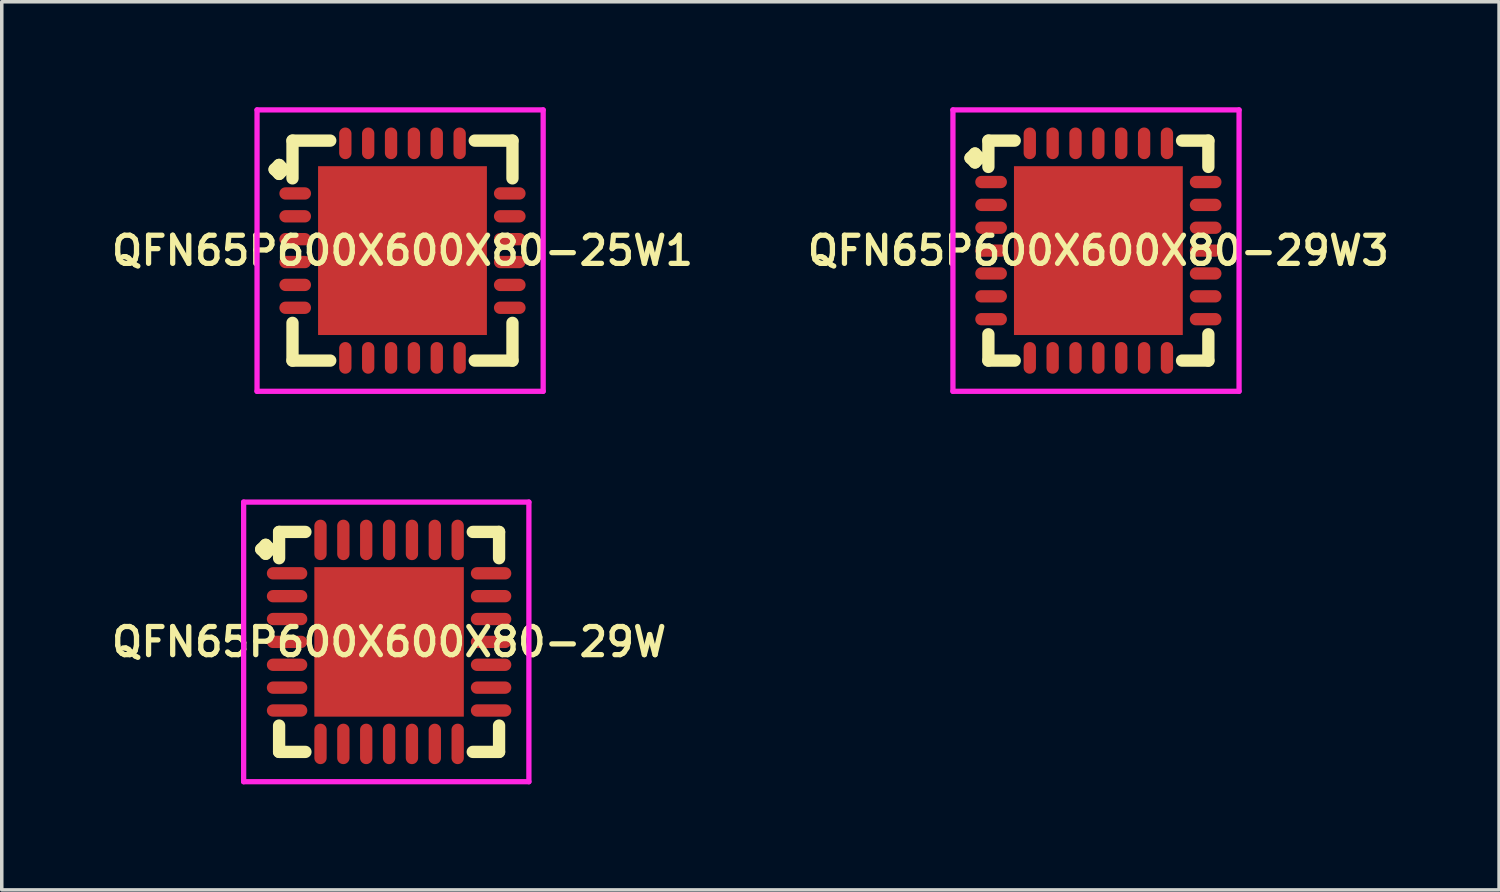
<source format=kicad_pcb>
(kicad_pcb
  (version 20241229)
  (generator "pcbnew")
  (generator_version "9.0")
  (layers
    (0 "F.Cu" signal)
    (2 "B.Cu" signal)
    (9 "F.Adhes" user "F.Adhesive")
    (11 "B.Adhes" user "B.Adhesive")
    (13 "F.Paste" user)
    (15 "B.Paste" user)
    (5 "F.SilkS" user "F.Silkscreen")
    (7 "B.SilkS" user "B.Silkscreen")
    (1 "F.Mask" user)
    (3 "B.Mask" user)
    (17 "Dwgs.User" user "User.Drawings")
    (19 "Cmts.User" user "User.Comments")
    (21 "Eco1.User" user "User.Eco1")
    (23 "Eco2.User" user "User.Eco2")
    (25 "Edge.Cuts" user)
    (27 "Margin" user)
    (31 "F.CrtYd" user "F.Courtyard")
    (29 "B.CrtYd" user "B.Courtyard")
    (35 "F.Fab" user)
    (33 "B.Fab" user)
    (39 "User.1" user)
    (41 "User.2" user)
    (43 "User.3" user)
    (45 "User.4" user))
  (footprint "QFN65P600X600X80-25W1"
    (layer "F.Cu")
    (at 8.393 4.075)
    (property "Reference" "QFN65P600X600X80-25W1" (at 0 0 0) (layer "F.SilkS") (effects (font (size 0.8 0.8) (thickness 0.15))))
    (attr smd)
    (fp_line (start -3.635 -2.308) (end -3.508 -2.435) (stroke (width 0.35) (type solid)) (layer "F.SilkS"))
    (fp_line (start -3.508 -2.435) (end -3.381 -2.308) (stroke (width 0.35) (type solid)) (layer "F.SilkS"))
    (fp_line (start -3.508 -2.181) (end -3.635 -2.308) (stroke (width 0.35) (type solid)) (layer "F.SilkS"))
    (fp_line (start -3.381 -2.308) (end -3.508 -2.181) (stroke (width 0.35) (type solid)) (layer "F.SilkS"))
    (fp_line (start -3.127 -3.127) (end -2.054 -3.127) (stroke (width 0.35) (type solid)) (layer "F.SilkS"))
    (fp_line (start -3.127 -2.054) (end -3.127 -3.127) (stroke (width 0.35) (type solid)) (layer "F.SilkS"))
    (fp_line (start -3.127 2.054) (end -3.127 3.127) (stroke (width 0.35) (type solid)) (layer "F.SilkS"))
    (fp_line (start -3.127 3.127) (end -2.054 3.127) (stroke (width 0.35) (type solid)) (layer "F.SilkS"))
    (fp_line (start 2.054 -3.127) (end 3.127 -3.127) (stroke (width 0.35) (type solid)) (layer "F.SilkS"))
    (fp_line (start 2.054 3.127) (end 3.127 3.127) (stroke (width 0.35) (type solid)) (layer "F.SilkS"))
    (fp_line (start 3.127 -3.127) (end 3.127 -2.054) (stroke (width 0.35) (type solid)) (layer "F.SilkS"))
    (fp_line (start 3.127 3.127) (end 3.127 2.054) (stroke (width 0.35) (type solid)) (layer "F.SilkS"))
    (fp_line (start -4.135 -4) (end 4 -4) (stroke (width 0.15) (type solid)) (layer "F.CrtYd"))
    (fp_line (start -4.135 4) (end -4.135 -4) (stroke (width 0.15) (type solid)) (layer "F.CrtYd"))
    (fp_line (start 4 -4) (end 4 4) (stroke (width 0.15) (type solid)) (layer "F.CrtYd"))
    (fp_line (start 4 4) (end -4.135 4) (stroke (width 0.15) (type solid)) (layer "F.CrtYd"))
    (pad "1" smd oval (at -3.05 -1.625) (size 0.9 0.35) (layers "F.Cu" "F.Mask" "F.Paste"))
    (pad "2" smd oval (at -3.05 -0.975) (size 0.9 0.35) (layers "F.Cu" "F.Mask" "F.Paste"))
    (pad "3" smd oval (at -3.05 -0.325) (size 0.9 0.35) (layers "F.Cu" "F.Mask" "F.Paste"))
    (pad "4" smd oval (at -3.05 0.325) (size 0.9 0.35) (layers "F.Cu" "F.Mask" "F.Paste"))
    (pad "5" smd oval (at -3.05 0.975) (size 0.9 0.35) (layers "F.Cu" "F.Mask" "F.Paste"))
    (pad "6" smd oval (at -3.05 1.625) (size 0.9 0.35) (layers "F.Cu" "F.Mask" "F.Paste"))
    (pad "7" smd oval (at -1.625 3.05) (size 0.35 0.9) (layers "F.Cu" "F.Mask" "F.Paste"))
    (pad "8" smd oval (at -0.975 3.05) (size 0.35 0.9) (layers "F.Cu" "F.Mask" "F.Paste"))
    (pad "9" smd oval (at -0.325 3.05) (size 0.35 0.9) (layers "F.Cu" "F.Mask" "F.Paste"))
    (pad "10" smd oval (at 0.325 3.05) (size 0.35 0.9) (layers "F.Cu" "F.Mask" "F.Paste"))
    (pad "11" smd oval (at 0.975 3.05) (size 0.35 0.9) (layers "F.Cu" "F.Mask" "F.Paste"))
    (pad "12" smd oval (at 1.625 3.05) (size 0.35 0.9) (layers "F.Cu" "F.Mask" "F.Paste"))
    (pad "13" smd oval (at 3.05 1.625) (size 0.9 0.35) (layers "F.Cu" "F.Mask" "F.Paste"))
    (pad "14" smd oval (at 3.05 0.975) (size 0.9 0.35) (layers "F.Cu" "F.Mask" "F.Paste"))
    (pad "15" smd oval (at 3.05 0.325) (size 0.9 0.35) (layers "F.Cu" "F.Mask" "F.Paste"))
    (pad "16" smd oval (at 3.05 -0.325) (size 0.9 0.35) (layers "F.Cu" "F.Mask" "F.Paste"))
    (pad "17" smd oval (at 3.05 -0.975) (size 0.9 0.35) (layers "F.Cu" "F.Mask" "F.Paste"))
    (pad "18" smd oval (at 3.05 -1.625) (size 0.9 0.35) (layers "F.Cu" "F.Mask" "F.Paste"))
    (pad "19" smd oval (at 1.625 -3.05) (size 0.35 0.9) (layers "F.Cu" "F.Mask" "F.Paste"))
    (pad "20" smd oval (at 0.975 -3.05) (size 0.35 0.9) (layers "F.Cu" "F.Mask" "F.Paste"))
    (pad "21" smd oval (at 0.325 -3.05) (size 0.35 0.9) (layers "F.Cu" "F.Mask" "F.Paste"))
    (pad "22" smd oval (at -0.325 -3.05) (size 0.35 0.9) (layers "F.Cu" "F.Mask" "F.Paste"))
    (pad "23" smd oval (at -0.975 -3.05) (size 0.35 0.9) (layers "F.Cu" "F.Mask" "F.Paste"))
    (pad "24" smd oval (at -1.625 -3.05) (size 0.35 0.9) (layers "F.Cu" "F.Mask" "F.Paste"))
    (pad "25" smd rect (at 0 0) (size 4.8 4.8) (layers "F.Cu" "F.Mask" "F.Paste")))
  (footprint "QFN65P600X600X80-29W3"
    (layer "F.Cu")
    (at 28.178 4.075)
    (property "Reference" "QFN65P600X600X80-29W3" (at 0 0 0) (layer "F.SilkS") (effects (font (size 0.8 0.8) (thickness 0.15))))
    (attr smd)
    (fp_line (start -3.635 -2.633) (end -3.508 -2.76) (stroke (width 0.35) (type solid)) (layer "F.SilkS"))
    (fp_line (start -3.508 -2.76) (end -3.381 -2.633) (stroke (width 0.35) (type solid)) (layer "F.SilkS"))
    (fp_line (start -3.508 -2.506) (end -3.635 -2.633) (stroke (width 0.35) (type solid)) (layer "F.SilkS"))
    (fp_line (start -3.381 -2.633) (end -3.508 -2.506) (stroke (width 0.35) (type solid)) (layer "F.SilkS"))
    (fp_line (start -3.127 -3.127) (end -2.379 -3.127) (stroke (width 0.35) (type solid)) (layer "F.SilkS"))
    (fp_line (start -3.127 -2.379) (end -3.127 -3.127) (stroke (width 0.35) (type solid)) (layer "F.SilkS"))
    (fp_line (start -3.127 2.379) (end -3.127 3.127) (stroke (width 0.35) (type solid)) (layer "F.SilkS"))
    (fp_line (start -3.127 3.127) (end -2.379 3.127) (stroke (width 0.35) (type solid)) (layer "F.SilkS"))
    (fp_line (start 2.379 -3.127) (end 3.127 -3.127) (stroke (width 0.35) (type solid)) (layer "F.SilkS"))
    (fp_line (start 2.379 3.127) (end 3.127 3.127) (stroke (width 0.35) (type solid)) (layer "F.SilkS"))
    (fp_line (start 3.127 -3.127) (end 3.127 -2.379) (stroke (width 0.35) (type solid)) (layer "F.SilkS"))
    (fp_line (start 3.127 3.127) (end 3.127 2.379) (stroke (width 0.35) (type solid)) (layer "F.SilkS"))
    (fp_line (start -4.135 -4) (end 4 -4) (stroke (width 0.15) (type solid)) (layer "F.CrtYd"))
    (fp_line (start -4.135 4) (end -4.135 -4) (stroke (width 0.15) (type solid)) (layer "F.CrtYd"))
    (fp_line (start 4 -4) (end 4 4) (stroke (width 0.15) (type solid)) (layer "F.CrtYd"))
    (fp_line (start 4 4) (end -4.135 4) (stroke (width 0.15) (type solid)) (layer "F.CrtYd"))
    (pad "1" smd oval (at -3.05 -1.95) (size 0.9 0.35) (layers "F.Cu" "F.Mask" "F.Paste"))
    (pad "2" smd oval (at -3.05 -1.3) (size 0.9 0.35) (layers "F.Cu" "F.Mask" "F.Paste"))
    (pad "3" smd oval (at -3.05 -0.65) (size 0.9 0.35) (layers "F.Cu" "F.Mask" "F.Paste"))
    (pad "4" smd oval (at -3.05 0) (size 0.9 0.35) (layers "F.Cu" "F.Mask" "F.Paste"))
    (pad "5" smd oval (at -3.05 0.65) (size 0.9 0.35) (layers "F.Cu" "F.Mask" "F.Paste"))
    (pad "6" smd oval (at -3.05 1.3) (size 0.9 0.35) (layers "F.Cu" "F.Mask" "F.Paste"))
    (pad "7" smd oval (at -3.05 1.95) (size 0.9 0.35) (layers "F.Cu" "F.Mask" "F.Paste"))
    (pad "8" smd oval (at -1.95 3.05) (size 0.35 0.9) (layers "F.Cu" "F.Mask" "F.Paste"))
    (pad "9" smd oval (at -1.3 3.05) (size 0.35 0.9) (layers "F.Cu" "F.Mask" "F.Paste"))
    (pad "10" smd oval (at -0.65 3.05) (size 0.35 0.9) (layers "F.Cu" "F.Mask" "F.Paste"))
    (pad "11" smd oval (at 0 3.05) (size 0.35 0.9) (layers "F.Cu" "F.Mask" "F.Paste"))
    (pad "12" smd oval (at 0.65 3.05) (size 0.35 0.9) (layers "F.Cu" "F.Mask" "F.Paste"))
    (pad "13" smd oval (at 1.3 3.05) (size 0.35 0.9) (layers "F.Cu" "F.Mask" "F.Paste"))
    (pad "14" smd oval (at 1.95 3.05) (size 0.35 0.9) (layers "F.Cu" "F.Mask" "F.Paste"))
    (pad "15" smd oval (at 3.05 1.95) (size 0.9 0.35) (layers "F.Cu" "F.Mask" "F.Paste"))
    (pad "16" smd oval (at 3.05 1.3) (size 0.9 0.35) (layers "F.Cu" "F.Mask" "F.Paste"))
    (pad "17" smd oval (at 3.05 0.65) (size 0.9 0.35) (layers "F.Cu" "F.Mask" "F.Paste"))
    (pad "18" smd oval (at 3.05 0) (size 0.9 0.35) (layers "F.Cu" "F.Mask" "F.Paste"))
    (pad "19" smd oval (at 3.05 -0.65) (size 0.9 0.35) (layers "F.Cu" "F.Mask" "F.Paste"))
    (pad "20" smd oval (at 3.05 -1.3) (size 0.9 0.35) (layers "F.Cu" "F.Mask" "F.Paste"))
    (pad "21" smd oval (at 3.05 -1.95) (size 0.9 0.35) (layers "F.Cu" "F.Mask" "F.Paste"))
    (pad "22" smd oval (at 1.95 -3.05) (size 0.35 0.9) (layers "F.Cu" "F.Mask" "F.Paste"))
    (pad "23" smd oval (at 1.3 -3.05) (size 0.35 0.9) (layers "F.Cu" "F.Mask" "F.Paste"))
    (pad "24" smd oval (at 0.65 -3.05) (size 0.35 0.9) (layers "F.Cu" "F.Mask" "F.Paste"))
    (pad "25" smd oval (at 0 -3.05) (size 0.35 0.9) (layers "F.Cu" "F.Mask" "F.Paste"))
    (pad "26" smd oval (at -0.65 -3.05) (size 0.35 0.9) (layers "F.Cu" "F.Mask" "F.Paste"))
    (pad "27" smd oval (at -1.3 -3.05) (size 0.35 0.9) (layers "F.Cu" "F.Mask" "F.Paste"))
    (pad "28" smd oval (at -1.95 -3.05) (size 0.35 0.9) (layers "F.Cu" "F.Mask" "F.Paste"))
    (pad "29" smd rect (at 0 0) (size 4.8 4.8) (layers "F.Cu" "F.Mask" "F.Paste")))
  (footprint "QFN65P600X600X80-29W"
    (layer "F.Cu")
    (at 8.012 15.2)
    (property "Reference" "QFN65P600X600X80-29W" (at 0 0 0) (layer "F.SilkS") (effects (font (size 0.8 0.8) (thickness 0.15))))
    (attr smd)
    (fp_line (start -3.635 -2.633) (end -3.508 -2.76) (stroke (width 0.35) (type solid)) (layer "F.SilkS"))
    (fp_line (start -3.508 -2.76) (end -3.381 -2.633) (stroke (width 0.35) (type solid)) (layer "F.SilkS"))
    (fp_line (start -3.508 -2.506) (end -3.635 -2.633) (stroke (width 0.35) (type solid)) (layer "F.SilkS"))
    (fp_line (start -3.381 -2.633) (end -3.508 -2.506) (stroke (width 0.35) (type solid)) (layer "F.SilkS"))
    (fp_line (start -3.127 -3.127) (end -2.379 -3.127) (stroke (width 0.35) (type solid)) (layer "F.SilkS"))
    (fp_line (start -3.127 -2.379) (end -3.127 -3.127) (stroke (width 0.35) (type solid)) (layer "F.SilkS"))
    (fp_line (start -3.127 2.379) (end -3.127 3.127) (stroke (width 0.35) (type solid)) (layer "F.SilkS"))
    (fp_line (start -3.127 3.127) (end -2.379 3.127) (stroke (width 0.35) (type solid)) (layer "F.SilkS"))
    (fp_line (start 2.379 -3.127) (end 3.127 -3.127) (stroke (width 0.35) (type solid)) (layer "F.SilkS"))
    (fp_line (start 2.379 3.127) (end 3.127 3.127) (stroke (width 0.35) (type solid)) (layer "F.SilkS"))
    (fp_line (start 3.127 -3.127) (end 3.127 -2.379) (stroke (width 0.35) (type solid)) (layer "F.SilkS"))
    (fp_line (start 3.127 3.127) (end 3.127 2.379) (stroke (width 0.35) (type solid)) (layer "F.SilkS"))
    (fp_line (start -4.135 -3.975) (end 3.975 -3.975) (stroke (width 0.15) (type solid)) (layer "F.CrtYd"))
    (fp_line (start -4.135 3.975) (end -4.135 -3.975) (stroke (width 0.15) (type solid)) (layer "F.CrtYd"))
    (fp_line (start 3.975 -3.975) (end 3.975 3.975) (stroke (width 0.15) (type solid)) (layer "F.CrtYd"))
    (fp_line (start 3.975 3.975) (end -4.135 3.975) (stroke (width 0.15) (type solid)) (layer "F.CrtYd"))
    (pad "1" smd oval (at -2.9 -1.95) (size 1.15 0.35) (layers "F.Cu" "F.Mask" "F.Paste"))
    (pad "2" smd oval (at -2.9 -1.3) (size 1.15 0.35) (layers "F.Cu" "F.Mask" "F.Paste"))
    (pad "3" smd oval (at -2.9 -0.65) (size 1.15 0.35) (layers "F.Cu" "F.Mask" "F.Paste"))
    (pad "4" smd oval (at -2.9 0) (size 1.15 0.35) (layers "F.Cu" "F.Mask" "F.Paste"))
    (pad "5" smd oval (at -2.9 0.65) (size 1.15 0.35) (layers "F.Cu" "F.Mask" "F.Paste"))
    (pad "6" smd oval (at -2.9 1.3) (size 1.15 0.35) (layers "F.Cu" "F.Mask" "F.Paste"))
    (pad "7" smd oval (at -2.9 1.95) (size 1.15 0.35) (layers "F.Cu" "F.Mask" "F.Paste"))
    (pad "8" smd oval (at -1.95 2.9) (size 0.35 1.15) (layers "F.Cu" "F.Mask" "F.Paste"))
    (pad "9" smd oval (at -1.3 2.9) (size 0.35 1.15) (layers "F.Cu" "F.Mask" "F.Paste"))
    (pad "10" smd oval (at -0.65 2.9) (size 0.35 1.15) (layers "F.Cu" "F.Mask" "F.Paste"))
    (pad "11" smd oval (at 0 2.9) (size 0.35 1.15) (layers "F.Cu" "F.Mask" "F.Paste"))
    (pad "12" smd oval (at 0.65 2.9) (size 0.35 1.15) (layers "F.Cu" "F.Mask" "F.Paste"))
    (pad "13" smd oval (at 1.3 2.9) (size 0.35 1.15) (layers "F.Cu" "F.Mask" "F.Paste"))
    (pad "14" smd oval (at 1.95 2.9) (size 0.35 1.15) (layers "F.Cu" "F.Mask" "F.Paste"))
    (pad "15" smd oval (at 2.9 1.95) (size 1.15 0.35) (layers "F.Cu" "F.Mask" "F.Paste"))
    (pad "16" smd oval (at 2.9 1.3) (size 1.15 0.35) (layers "F.Cu" "F.Mask" "F.Paste"))
    (pad "17" smd oval (at 2.9 0.65) (size 1.15 0.35) (layers "F.Cu" "F.Mask" "F.Paste"))
    (pad "18" smd oval (at 2.9 0) (size 1.15 0.35) (layers "F.Cu" "F.Mask" "F.Paste"))
    (pad "19" smd oval (at 2.9 -0.65) (size 1.15 0.35) (layers "F.Cu" "F.Mask" "F.Paste"))
    (pad "20" smd oval (at 2.9 -1.3) (size 1.15 0.35) (layers "F.Cu" "F.Mask" "F.Paste"))
    (pad "21" smd oval (at 2.9 -1.95) (size 1.15 0.35) (layers "F.Cu" "F.Mask" "F.Paste"))
    (pad "22" smd oval (at 1.95 -2.9) (size 0.35 1.15) (layers "F.Cu" "F.Mask" "F.Paste"))
    (pad "23" smd oval (at 1.3 -2.9) (size 0.35 1.15) (layers "F.Cu" "F.Mask" "F.Paste"))
    (pad "24" smd oval (at 0.65 -2.9) (size 0.35 1.15) (layers "F.Cu" "F.Mask" "F.Paste"))
    (pad "25" smd oval (at 0 -2.9) (size 0.35 1.15) (layers "F.Cu" "F.Mask" "F.Paste"))
    (pad "26" smd oval (at -0.65 -2.9) (size 0.35 1.15) (layers "F.Cu" "F.Mask" "F.Paste"))
    (pad "27" smd oval (at -1.3 -2.9) (size 0.35 1.15) (layers "F.Cu" "F.Mask" "F.Paste"))
    (pad "28" smd oval (at -1.95 -2.9) (size 0.35 1.15) (layers "F.Cu" "F.Mask" "F.Paste"))
    (pad "29" smd rect (at 0 0) (size 4.25 4.25) (layers "F.Cu" "F.Mask" "F.Paste")))
  (gr_rect
    (start -3 -3)
    (end 39.57 22.25)
    (stroke (width 0.1) (type default))
    (fill no)
    (layer "Edge.Cuts")))
</source>
